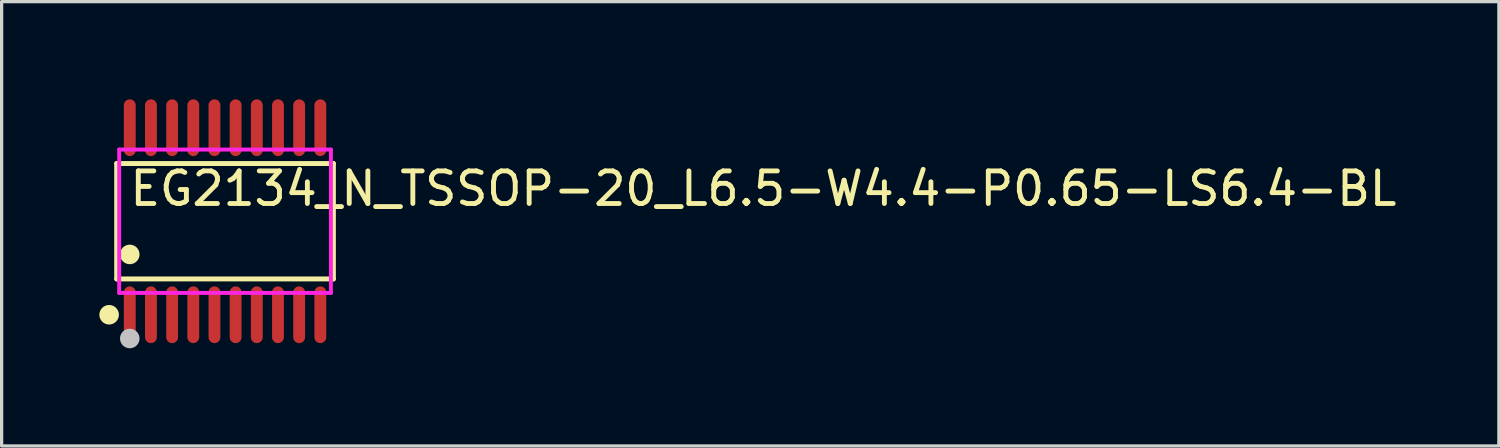
<source format=kicad_pcb>
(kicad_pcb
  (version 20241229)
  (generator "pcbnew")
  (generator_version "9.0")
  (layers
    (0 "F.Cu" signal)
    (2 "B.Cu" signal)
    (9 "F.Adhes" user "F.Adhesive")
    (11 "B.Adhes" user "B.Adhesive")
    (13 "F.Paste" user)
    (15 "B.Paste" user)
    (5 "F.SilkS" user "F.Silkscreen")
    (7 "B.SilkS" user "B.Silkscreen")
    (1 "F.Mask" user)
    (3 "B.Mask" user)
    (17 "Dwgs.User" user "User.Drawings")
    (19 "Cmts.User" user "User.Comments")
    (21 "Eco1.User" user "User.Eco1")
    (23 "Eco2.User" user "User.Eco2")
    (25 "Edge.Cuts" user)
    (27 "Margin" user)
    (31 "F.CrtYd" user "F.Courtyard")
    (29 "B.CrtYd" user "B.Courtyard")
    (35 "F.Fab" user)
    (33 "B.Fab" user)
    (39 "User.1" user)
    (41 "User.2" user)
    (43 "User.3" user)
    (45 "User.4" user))
  (footprint "EG2134_N_TSSOP-20_L6.5-W4.4-P0.65-LS6.4-BL"
    (layer "F.Cu")
    (at 3.859 3.742)
    (property "Reference" "EG2134_N_TSSOP-20_L6.5-W4.4-P0.65-LS6.4-BL" (at -3 -1 0) (layer "F.SilkS") (effects (font (size 1 1) (thickness 0.15)) (justify left)))
    (attr through_hole)
    (fp_line (start -3.326 -1.771) (end 3.326 -1.771) (stroke (width 0.152) (type solid)) (layer "F.SilkS"))
    (fp_line (start -3.326 1.771) (end -3.326 -1.771) (stroke (width 0.152) (type solid)) (layer "F.SilkS"))
    (fp_line (start 3.326 -1.771) (end 3.326 1.771) (stroke (width 0.152) (type solid)) (layer "F.SilkS"))
    (fp_line (start 3.326 1.771) (end -3.326 1.771) (stroke (width 0.152) (type solid)) (layer "F.SilkS"))
    (fp_circle (center -3.559 2.871) (end -3.409 2.871) (stroke (width 0.3) (type solid)) (fill no) (layer "F.SilkS"))
    (fp_circle (center -2.925 1.019) (end -2.775 1.019) (stroke (width 0.3) (type solid)) (fill no) (layer "F.SilkS"))
    (fp_circle (center -2.925 3.6) (end -2.775 3.6) (stroke (width 0.3) (type solid)) (fill no) (layer "Dwgs.User"))
    (fp_line (start -3.055 -2.61) (end -3.055 -2.19) (stroke (width 0.12) (type solid)) (layer "Eco2.User"))
    (fp_line (start -3.055 -2.19) (end -2.795 -2.19) (stroke (width 0.12) (type solid)) (layer "Eco2.User"))
    (fp_line (start -3.055 2.19) (end -2.795 2.19) (stroke (width 0.12) (type solid)) (layer "Eco2.User"))
    (fp_line (start -3.055 2.61) (end -3.055 2.19) (stroke (width 0.12) (type solid)) (layer "Eco2.User"))
    (fp_line (start -2.795 -2.61) (end -3.055 -2.61) (stroke (width 0.12) (type solid)) (layer "Eco2.User"))
    (fp_line (start -2.795 -2.19) (end -2.795 -2.61) (stroke (width 0.12) (type solid)) (layer "Eco2.User"))
    (fp_line (start -2.795 2.19) (end -2.795 2.61) (stroke (width 0.12) (type solid)) (layer "Eco2.User"))
    (fp_line (start -2.795 2.61) (end -3.055 2.61) (stroke (width 0.12) (type solid)) (layer "Eco2.User"))
    (fp_line (start -2.405 -2.61) (end -2.405 -2.19) (stroke (width 0.12) (type solid)) (layer "Eco2.User"))
    (fp_line (start -2.405 -2.19) (end -2.145 -2.19) (stroke (width 0.12) (type solid)) (layer "Eco2.User"))
    (fp_line (start -2.405 2.19) (end -2.145 2.19) (stroke (width 0.12) (type solid)) (layer "Eco2.User"))
    (fp_line (start -2.405 2.61) (end -2.405 2.19) (stroke (width 0.12) (type solid)) (layer "Eco2.User"))
    (fp_line (start -2.145 -2.61) (end -2.405 -2.61) (stroke (width 0.12) (type solid)) (layer "Eco2.User"))
    (fp_line (start -2.145 -2.19) (end -2.145 -2.61) (stroke (width 0.12) (type solid)) (layer "Eco2.User"))
    (fp_line (start -2.145 2.19) (end -2.145 2.61) (stroke (width 0.12) (type solid)) (layer "Eco2.User"))
    (fp_line (start -2.145 2.61) (end -2.405 2.61) (stroke (width 0.12) (type solid)) (layer "Eco2.User"))
    (fp_line (start -1.755 -2.61) (end -1.755 -2.19) (stroke (width 0.12) (type solid)) (layer "Eco2.User"))
    (fp_line (start -1.755 -2.19) (end -1.495 -2.19) (stroke (width 0.12) (type solid)) (layer "Eco2.User"))
    (fp_line (start -1.755 2.19) (end -1.495 2.19) (stroke (width 0.12) (type solid)) (layer "Eco2.User"))
    (fp_line (start -1.755 2.61) (end -1.755 2.19) (stroke (width 0.12) (type solid)) (layer "Eco2.User"))
    (fp_line (start -1.495 -2.61) (end -1.755 -2.61) (stroke (width 0.12) (type solid)) (layer "Eco2.User"))
    (fp_line (start -1.495 -2.19) (end -1.495 -2.61) (stroke (width 0.12) (type solid)) (layer "Eco2.User"))
    (fp_line (start -1.495 2.19) (end -1.495 2.61) (stroke (width 0.12) (type solid)) (layer "Eco2.User"))
    (fp_line (start -1.495 2.61) (end -1.755 2.61) (stroke (width 0.12) (type solid)) (layer "Eco2.User"))
    (fp_line (start -1.105 -2.61) (end -1.105 -2.19) (stroke (width 0.12) (type solid)) (layer "Eco2.User"))
    (fp_line (start -1.105 -2.19) (end -0.845 -2.19) (stroke (width 0.12) (type solid)) (layer "Eco2.User"))
    (fp_line (start -1.105 2.19) (end -0.845 2.19) (stroke (width 0.12) (type solid)) (layer "Eco2.User"))
    (fp_line (start -1.105 2.61) (end -1.105 2.19) (stroke (width 0.12) (type solid)) (layer "Eco2.User"))
    (fp_line (start -0.845 -2.61) (end -1.105 -2.61) (stroke (width 0.12) (type solid)) (layer "Eco2.User"))
    (fp_line (start -0.845 -2.19) (end -0.845 -2.61) (stroke (width 0.12) (type solid)) (layer "Eco2.User"))
    (fp_line (start -0.845 2.19) (end -0.845 2.61) (stroke (width 0.12) (type solid)) (layer "Eco2.User"))
    (fp_line (start -0.845 2.61) (end -1.105 2.61) (stroke (width 0.12) (type solid)) (layer "Eco2.User"))
    (fp_line (start -0.455 -2.61) (end -0.455 -2.19) (stroke (width 0.12) (type solid)) (layer "Eco2.User"))
    (fp_line (start -0.455 -2.19) (end -0.195 -2.19) (stroke (width 0.12) (type solid)) (layer "Eco2.User"))
    (fp_line (start -0.455 2.19) (end -0.195 2.19) (stroke (width 0.12) (type solid)) (layer "Eco2.User"))
    (fp_line (start -0.455 2.61) (end -0.455 2.19) (stroke (width 0.12) (type solid)) (layer "Eco2.User"))
    (fp_line (start -0.195 -2.61) (end -0.455 -2.61) (stroke (width 0.12) (type solid)) (layer "Eco2.User"))
    (fp_line (start -0.195 -2.19) (end -0.195 -2.61) (stroke (width 0.12) (type solid)) (layer "Eco2.User"))
    (fp_line (start -0.195 2.19) (end -0.195 2.61) (stroke (width 0.12) (type solid)) (layer "Eco2.User"))
    (fp_line (start -0.195 2.61) (end -0.455 2.61) (stroke (width 0.12) (type solid)) (layer "Eco2.User"))
    (fp_line (start 0.195 -2.61) (end 0.195 -2.19) (stroke (width 0.12) (type solid)) (layer "Eco2.User"))
    (fp_line (start 0.195 -2.19) (end 0.455 -2.19) (stroke (width 0.12) (type solid)) (layer "Eco2.User"))
    (fp_line (start 0.195 2.19) (end 0.455 2.19) (stroke (width 0.12) (type solid)) (layer "Eco2.User"))
    (fp_line (start 0.195 2.61) (end 0.195 2.19) (stroke (width 0.12) (type solid)) (layer "Eco2.User"))
    (fp_line (start 0.455 -2.61) (end 0.195 -2.61) (stroke (width 0.12) (type solid)) (layer "Eco2.User"))
    (fp_line (start 0.455 -2.19) (end 0.455 -2.61) (stroke (width 0.12) (type solid)) (layer "Eco2.User"))
    (fp_line (start 0.455 2.19) (end 0.455 2.61) (stroke (width 0.12) (type solid)) (layer "Eco2.User"))
    (fp_line (start 0.455 2.61) (end 0.195 2.61) (stroke (width 0.12) (type solid)) (layer "Eco2.User"))
    (fp_line (start 0.845 -2.61) (end 0.845 -2.19) (stroke (width 0.12) (type solid)) (layer "Eco2.User"))
    (fp_line (start 0.845 -2.19) (end 1.105 -2.19) (stroke (width 0.12) (type solid)) (layer "Eco2.User"))
    (fp_line (start 0.845 2.19) (end 1.105 2.19) (stroke (width 0.12) (type solid)) (layer "Eco2.User"))
    (fp_line (start 0.845 2.61) (end 0.845 2.19) (stroke (width 0.12) (type solid)) (layer "Eco2.User"))
    (fp_line (start 1.105 -2.61) (end 0.845 -2.61) (stroke (width 0.12) (type solid)) (layer "Eco2.User"))
    (fp_line (start 1.105 -2.19) (end 1.105 -2.61) (stroke (width 0.12) (type solid)) (layer "Eco2.User"))
    (fp_line (start 1.105 2.19) (end 1.105 2.61) (stroke (width 0.12) (type solid)) (layer "Eco2.User"))
    (fp_line (start 1.105 2.61) (end 0.845 2.61) (stroke (width 0.12) (type solid)) (layer "Eco2.User"))
    (fp_line (start 1.495 -2.61) (end 1.495 -2.19) (stroke (width 0.12) (type solid)) (layer "Eco2.User"))
    (fp_line (start 1.495 -2.19) (end 1.755 -2.19) (stroke (width 0.12) (type solid)) (layer "Eco2.User"))
    (fp_line (start 1.495 2.19) (end 1.755 2.19) (stroke (width 0.12) (type solid)) (layer "Eco2.User"))
    (fp_line (start 1.495 2.61) (end 1.495 2.19) (stroke (width 0.12) (type solid)) (layer "Eco2.User"))
    (fp_line (start 1.755 -2.61) (end 1.495 -2.61) (stroke (width 0.12) (type solid)) (layer "Eco2.User"))
    (fp_line (start 1.755 -2.19) (end 1.755 -2.61) (stroke (width 0.12) (type solid)) (layer "Eco2.User"))
    (fp_line (start 1.755 2.19) (end 1.755 2.61) (stroke (width 0.12) (type solid)) (layer "Eco2.User"))
    (fp_line (start 1.755 2.61) (end 1.495 2.61) (stroke (width 0.12) (type solid)) (layer "Eco2.User"))
    (fp_line (start 2.145 -2.61) (end 2.145 -2.19) (stroke (width 0.12) (type solid)) (layer "Eco2.User"))
    (fp_line (start 2.145 -2.19) (end 2.405 -2.19) (stroke (width 0.12) (type solid)) (layer "Eco2.User"))
    (fp_line (start 2.145 2.19) (end 2.405 2.19) (stroke (width 0.12) (type solid)) (layer "Eco2.User"))
    (fp_line (start 2.145 2.61) (end 2.145 2.19) (stroke (width 0.12) (type solid)) (layer "Eco2.User"))
    (fp_line (start 2.405 -2.61) (end 2.145 -2.61) (stroke (width 0.12) (type solid)) (layer "Eco2.User"))
    (fp_line (start 2.405 -2.19) (end 2.405 -2.61) (stroke (width 0.12) (type solid)) (layer "Eco2.User"))
    (fp_line (start 2.405 2.19) (end 2.405 2.61) (stroke (width 0.12) (type solid)) (layer "Eco2.User"))
    (fp_line (start 2.405 2.61) (end 2.145 2.61) (stroke (width 0.12) (type solid)) (layer "Eco2.User"))
    (fp_line (start 2.795 -2.61) (end 2.795 -2.19) (stroke (width 0.12) (type solid)) (layer "Eco2.User"))
    (fp_line (start 2.795 -2.19) (end 3.055 -2.19) (stroke (width 0.12) (type solid)) (layer "Eco2.User"))
    (fp_line (start 2.795 2.19) (end 3.055 2.19) (stroke (width 0.12) (type solid)) (layer "Eco2.User"))
    (fp_line (start 2.795 2.61) (end 2.795 2.19) (stroke (width 0.12) (type solid)) (layer "Eco2.User"))
    (fp_line (start 3.055 -2.61) (end 2.795 -2.61) (stroke (width 0.12) (type solid)) (layer "Eco2.User"))
    (fp_line (start 3.055 -2.19) (end 3.055 -2.61) (stroke (width 0.12) (type solid)) (layer "Eco2.User"))
    (fp_line (start 3.055 2.19) (end 3.055 2.61) (stroke (width 0.12) (type solid)) (layer "Eco2.User"))
    (fp_line (start 3.055 2.61) (end 2.795 2.61) (stroke (width 0.12) (type solid)) (layer "Eco2.User"))
    (fp_circle (center -3.25 3.2) (end -3.22 3.2) (stroke (width 0.06) (type solid)) (fill no) (layer "Eco2.User"))
    (fp_poly (pts (xy -3.055 -3.2) (xy -3.055 -2.6) (xy -2.795 -2.6) (xy -2.795 -3.2)) (stroke (width 0.12) (type solid)) (fill no) (layer "Eco2.User"))
    (fp_poly (pts (xy -3.055 3.2) (xy -3.055 2.6) (xy -2.795 2.6) (xy -2.795 3.2)) (stroke (width 0.12) (type solid)) (fill no) (layer "Eco2.User"))
    (fp_poly (pts (xy -2.405 -3.2) (xy -2.405 -2.6) (xy -2.145 -2.6) (xy -2.145 -3.2)) (stroke (width 0.12) (type solid)) (fill no) (layer "Eco2.User"))
    (fp_poly (pts (xy -2.405 3.2) (xy -2.405 2.6) (xy -2.145 2.6) (xy -2.145 3.2)) (stroke (width 0.12) (type solid)) (fill no) (layer "Eco2.User"))
    (fp_poly (pts (xy -1.755 -3.2) (xy -1.755 -2.6) (xy -1.495 -2.6) (xy -1.495 -3.2)) (stroke (width 0.12) (type solid)) (fill no) (layer "Eco2.User"))
    (fp_poly (pts (xy -1.755 3.2) (xy -1.755 2.6) (xy -1.495 2.6) (xy -1.495 3.2)) (stroke (width 0.12) (type solid)) (fill no) (layer "Eco2.User"))
    (fp_poly (pts (xy -1.105 -3.2) (xy -1.105 -2.6) (xy -0.845 -2.6) (xy -0.845 -3.2)) (stroke (width 0.12) (type solid)) (fill no) (layer "Eco2.User"))
    (fp_poly (pts (xy -1.105 3.2) (xy -1.105 2.6) (xy -0.845 2.6) (xy -0.845 3.2)) (stroke (width 0.12) (type solid)) (fill no) (layer "Eco2.User"))
    (fp_poly (pts (xy -0.455 -3.2) (xy -0.455 -2.6) (xy -0.195 -2.6) (xy -0.195 -3.2)) (stroke (width 0.12) (type solid)) (fill no) (layer "Eco2.User"))
    (fp_poly (pts (xy -0.455 3.2) (xy -0.455 2.6) (xy -0.195 2.6) (xy -0.195 3.2)) (stroke (width 0.12) (type solid)) (fill no) (layer "Eco2.User"))
    (fp_poly (pts (xy 0.195 -3.2) (xy 0.195 -2.6) (xy 0.455 -2.6) (xy 0.455 -3.2)) (stroke (width 0.12) (type solid)) (fill no) (layer "Eco2.User"))
    (fp_poly (pts (xy 0.195 3.2) (xy 0.195 2.6) (xy 0.455 2.6) (xy 0.455 3.2)) (stroke (width 0.12) (type solid)) (fill no) (layer "Eco2.User"))
    (fp_poly (pts (xy 0.845 -3.2) (xy 0.845 -2.6) (xy 1.105 -2.6) (xy 1.105 -3.2)) (stroke (width 0.12) (type solid)) (fill no) (layer "Eco2.User"))
    (fp_poly (pts (xy 0.845 3.2) (xy 0.845 2.6) (xy 1.105 2.6) (xy 1.105 3.2)) (stroke (width 0.12) (type solid)) (fill no) (layer "Eco2.User"))
    (fp_poly (pts (xy 1.495 -3.2) (xy 1.495 -2.6) (xy 1.755 -2.6) (xy 1.755 -3.2)) (stroke (width 0.12) (type solid)) (fill no) (layer "Eco2.User"))
    (fp_poly (pts (xy 1.495 3.2) (xy 1.495 2.6) (xy 1.755 2.6) (xy 1.755 3.2)) (stroke (width 0.12) (type solid)) (fill no) (layer "Eco2.User"))
    (fp_poly (pts (xy 2.145 -3.2) (xy 2.145 -2.6) (xy 2.405 -2.6) (xy 2.405 -3.2)) (stroke (width 0.12) (type solid)) (fill no) (layer "Eco2.User"))
    (fp_poly (pts (xy 2.145 3.2) (xy 2.145 2.6) (xy 2.405 2.6) (xy 2.405 3.2)) (stroke (width 0.12) (type solid)) (fill no) (layer "Eco2.User"))
    (fp_poly (pts (xy 2.795 -3.2) (xy 2.795 -2.6) (xy 3.055 -2.6) (xy 3.055 -3.2)) (stroke (width 0.12) (type solid)) (fill no) (layer "Eco2.User"))
    (fp_poly (pts (xy 2.795 3.2) (xy 2.795 2.6) (xy 3.055 2.6) (xy 3.055 3.2)) (stroke (width 0.12) (type solid)) (fill no) (layer "Eco2.User"))
    (fp_line (start -3.25 -2.2) (end 3.25 -2.2) (stroke (width 0.12) (type solid)) (layer "F.CrtYd"))
    (fp_line (start -3.25 2.2) (end -3.25 -2.2) (stroke (width 0.12) (type solid)) (layer "F.CrtYd"))
    (fp_line (start 3.25 -2.2) (end 3.25 2.2) (stroke (width 0.12) (type solid)) (layer "F.CrtYd"))
    (fp_line (start 3.25 2.2) (end -3.25 2.2) (stroke (width 0.12) (type solid)) (layer "F.CrtYd"))
    (pad "1" smd oval (at -2.925 2.871) (size 0.364 1.742) (layers "F.Cu" "F.Mask" "F.Paste"))
    (pad "2" smd oval (at -2.275 2.871) (size 0.364 1.742) (layers "F.Cu" "F.Mask" "F.Paste"))
    (pad "3" smd oval (at -1.625 2.871) (size 0.364 1.742) (layers "F.Cu" "F.Mask" "F.Paste"))
    (pad "4" smd oval (at -0.975 2.871) (size 0.364 1.742) (layers "F.Cu" "F.Mask" "F.Paste"))
    (pad "5" smd oval (at -0.325 2.871) (size 0.364 1.742) (layers "F.Cu" "F.Mask" "F.Paste"))
    (pad "6" smd oval (at 0.325 2.871) (size 0.364 1.742) (layers "F.Cu" "F.Mask" "F.Paste"))
    (pad "7" smd oval (at 0.975 2.871) (size 0.364 1.742) (layers "F.Cu" "F.Mask" "F.Paste"))
    (pad "8" smd oval (at 1.625 2.871) (size 0.364 1.742) (layers "F.Cu" "F.Mask" "F.Paste"))
    (pad "9" smd oval (at 2.275 2.871) (size 0.364 1.742) (layers "F.Cu" "F.Mask" "F.Paste"))
    (pad "10" smd oval (at 2.925 2.871) (size 0.364 1.742) (layers "F.Cu" "F.Mask" "F.Paste"))
    (pad "11" smd oval (at 2.925 -2.871) (size 0.364 1.742) (layers "F.Cu" "F.Mask" "F.Paste"))
    (pad "12" smd oval (at 2.275 -2.871) (size 0.364 1.742) (layers "F.Cu" "F.Mask" "F.Paste"))
    (pad "13" smd oval (at 1.625 -2.871) (size 0.364 1.742) (layers "F.Cu" "F.Mask" "F.Paste"))
    (pad "14" smd oval (at 0.975 -2.871) (size 0.364 1.742) (layers "F.Cu" "F.Mask" "F.Paste"))
    (pad "15" smd oval (at 0.325 -2.871) (size 0.364 1.742) (layers "F.Cu" "F.Mask" "F.Paste"))
    (pad "16" smd oval (at -0.325 -2.871) (size 0.364 1.742) (layers "F.Cu" "F.Mask" "F.Paste"))
    (pad "17" smd oval (at -0.975 -2.871) (size 0.364 1.742) (layers "F.Cu" "F.Mask" "F.Paste"))
    (pad "18" smd oval (at -1.625 -2.871) (size 0.364 1.742) (layers "F.Cu" "F.Mask" "F.Paste"))
    (pad "19" smd oval (at -2.275 -2.871) (size 0.364 1.742) (layers "F.Cu" "F.Mask" "F.Paste"))
    (pad "20" smd oval (at -2.925 -2.871) (size 0.364 1.742) (layers "F.Cu" "F.Mask" "F.Paste")))
  (gr_rect
    (start -3 -3)
    (end 42.966 10.642)
    (stroke (width 0.1) (type default))
    (fill no)
    (layer "Edge.Cuts")))
</source>
